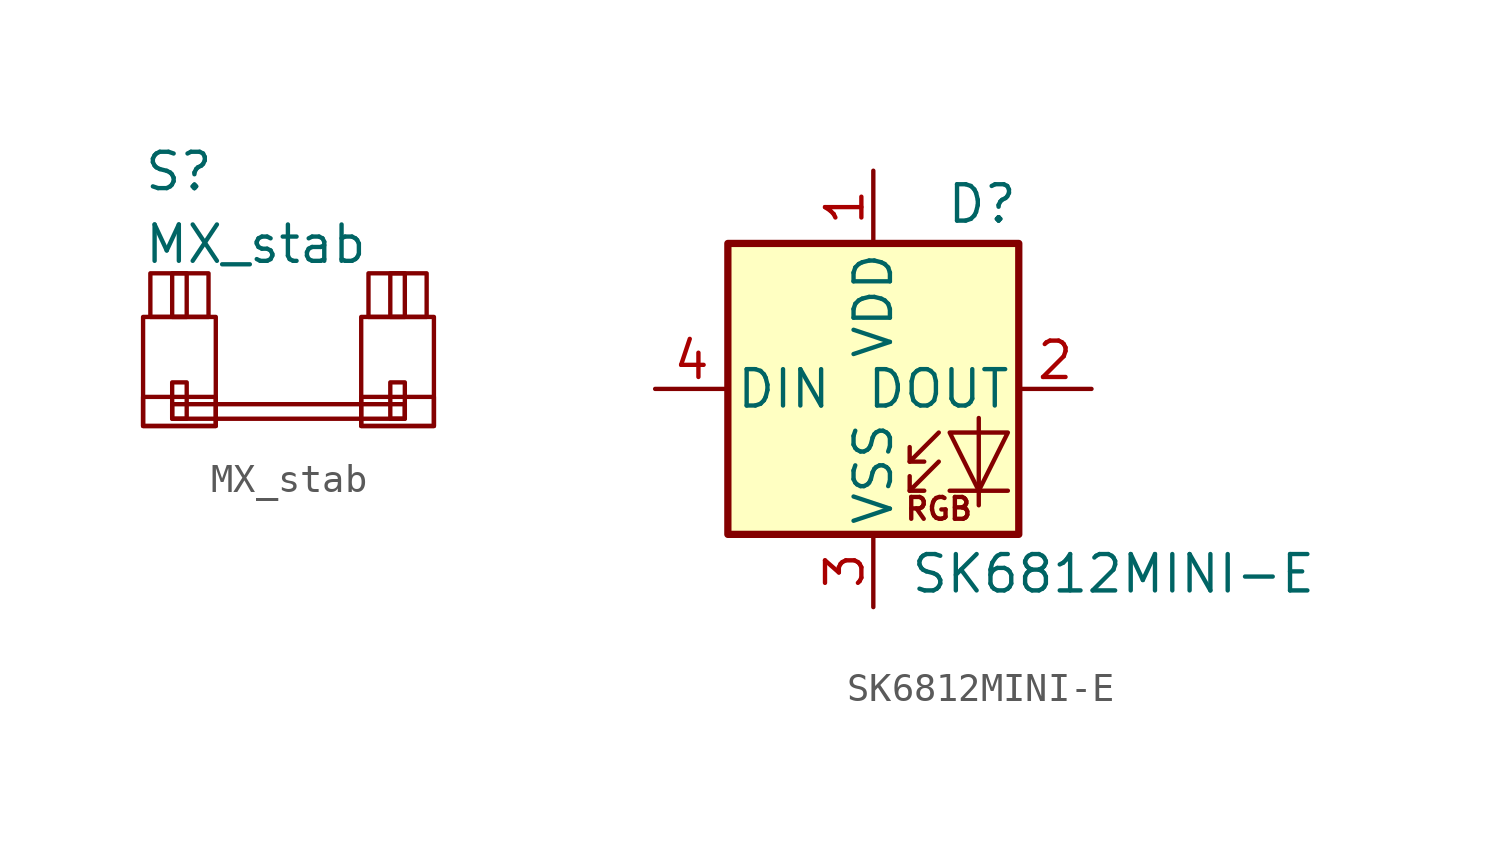
<source format=kicad_sym>
(kicad_symbol_lib
  (version 20210619)
  (generator kicad_symbol_editor)
  (symbol "marbastlib-mx:MX_stab"
    (pin_names
      (offset 1.016))
    (property "Reference" "S"
      (at -5.08 6.35 0)
      (effects (font (size 1.27 1.27)) (justify left)))
    (property "Value" "MX_stab"
      (at -5.08 3.81 0)
      (effects (font (size 1.27 1.27)) (justify left)))
    (symbol "MX_stab_0_1"
      (rectangle (start -5.08 -1.524) (end -2.54 -2.54) (stroke (width 0)) (fill (type none)))
      (rectangle (start -5.08 1.27) (end -2.54 -2.54) (stroke (width 0)) (fill (type none)))
      (rectangle (start -4.826 2.794) (end -2.794 1.27) (stroke (width 0)) (fill (type none)))
      (rectangle (start -4.064 -2.286) (end -3.556 -1.016) (stroke (width 0)) (fill (type none)))
      (rectangle (start -4.064 -1.778) (end 4.064 -2.286) (stroke (width 0)) (fill (type none)))
      (rectangle (start -4.064 1.27) (end -3.556 2.794) (stroke (width 0)) (fill (type none)))
      (rectangle (start 2.54 -1.524) (end 5.08 -2.54) (stroke (width 0)) (fill (type none)))
      (rectangle (start 2.54 1.27) (end 5.08 -2.54) (stroke (width 0)) (fill (type none)))
      (rectangle (start 2.794 2.794) (end 4.826 1.27) (stroke (width 0)) (fill (type none)))
      (rectangle (start 3.556 1.27) (end 4.064 2.794) (stroke (width 0)) (fill (type none)))
      (rectangle (start 4.064 -2.286) (end 3.556 -1.016) (stroke (width 0)) (fill (type none)))))
  (symbol "marbastlib-mx:SK6812MINI-E"
    (pin_names
      (offset 0.254))
    (property "Reference" "D"
      (at 5.08 5.715 0)
      (effects (font (size 1.27 1.27)) (justify right bottom)))
    (property "Value" "SK6812MINI-E"
      (at 1.27 -5.715 0)
      (effects (font (size 1.27 1.27)) (justify left top)))
    (symbol "SK6812MINI-E_0_0"
      (text "RGB" (at 2.286 -4.191 0) (effects (font (size 0.762 0.762)))))
    (symbol "SK6812MINI-E_0_1"
      (rectangle (start 5.08 5.08) (end -5.08 -5.08) (stroke (width 0.254)) (fill (type background)))
      (polyline (pts (xy 1.27 -3.556) (xy 1.778 -3.556)) (stroke (width 0)) (fill (type none)))
      (polyline (pts (xy 1.27 -2.54) (xy 1.778 -2.54)) (stroke (width 0)) (fill (type none)))
      (polyline (pts (xy 4.699 -3.556) (xy 2.667 -3.556)) (stroke (width 0)) (fill (type none)))
      (polyline (pts (xy 2.286 -2.54) (xy 1.27 -3.556) (xy 1.27 -3.048)) (stroke (width 0)) (fill (type none)))
      (polyline (pts (xy 2.286 -1.524) (xy 1.27 -2.54) (xy 1.27 -2.032)) (stroke (width 0)) (fill (type none)))
      (polyline (pts (xy 3.683 -1.016) (xy 3.683 -3.556) (xy 3.683 -4.064)) (stroke (width 0)) (fill (type none)))
      (polyline (pts (xy 4.699 -1.524) (xy 2.667 -1.524) (xy 3.683 -3.556) (xy 4.699 -1.524)) (stroke (width 0)) (fill (type none))))
    (symbol "SK6812MINI-E_1_1"
      (pin power_in line (at 0 7.62 270) (length 2.54) (name "VDD" (effects (font (size 1.27 1.27)))) (number "1" (effects (font (size 1.27 1.27)))))
      (pin output line (at 7.62 0 180) (length 2.54) (name "DOUT" (effects (font (size 1.27 1.27)))) (number "2" (effects (font (size 1.27 1.27)))))
      (pin power_in line (at 0 -7.62 90) (length 2.54) (name "VSS" (effects (font (size 1.27 1.27)))) (number "3" (effects (font (size 1.27 1.27)))))
      (pin input line (at -7.62 0 0) (length 2.54) (name "DIN" (effects (font (size 1.27 1.27)))) (number "4" (effects (font (size 1.27 1.27))))))))
</source>
